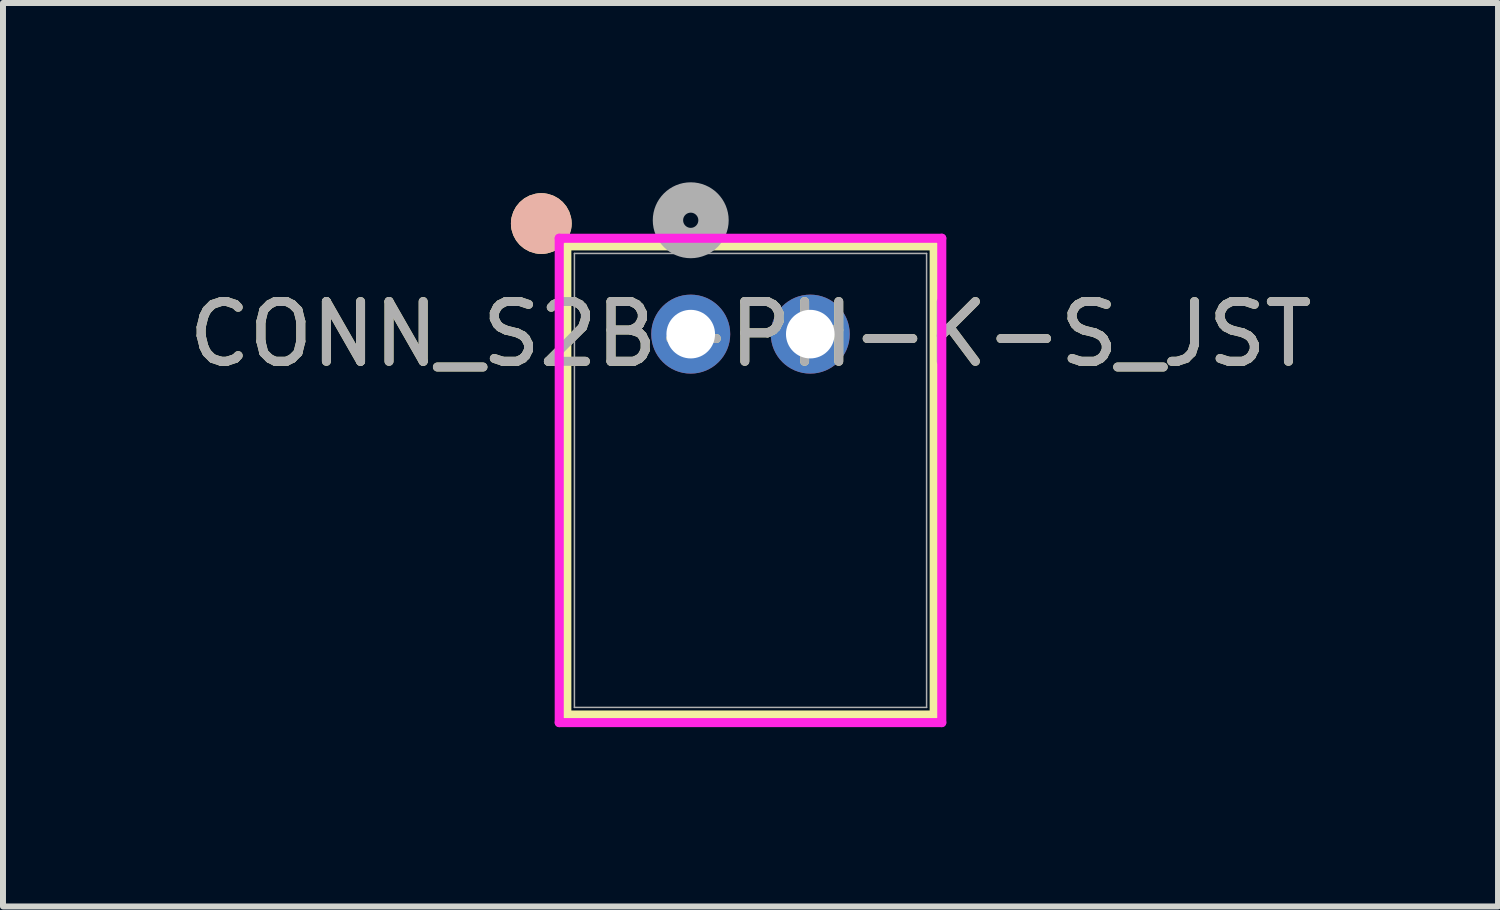
<source format=kicad_pcb>
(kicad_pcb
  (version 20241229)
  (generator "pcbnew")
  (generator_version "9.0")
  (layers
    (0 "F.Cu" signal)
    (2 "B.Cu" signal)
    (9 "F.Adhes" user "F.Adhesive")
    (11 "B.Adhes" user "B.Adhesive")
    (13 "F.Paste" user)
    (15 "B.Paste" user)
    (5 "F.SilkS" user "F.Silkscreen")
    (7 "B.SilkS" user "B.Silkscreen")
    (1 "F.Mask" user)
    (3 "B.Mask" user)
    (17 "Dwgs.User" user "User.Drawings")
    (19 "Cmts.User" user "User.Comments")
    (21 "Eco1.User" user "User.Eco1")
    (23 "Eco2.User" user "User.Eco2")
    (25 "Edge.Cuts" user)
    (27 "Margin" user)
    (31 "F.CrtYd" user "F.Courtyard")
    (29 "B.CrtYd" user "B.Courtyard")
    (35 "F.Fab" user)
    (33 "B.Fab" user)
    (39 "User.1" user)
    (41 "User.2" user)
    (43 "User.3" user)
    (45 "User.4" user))
  (footprint "CONN_S2B-PH-K-S_JST"
    (layer "F.Cu")
    (at 8.506 2.54)
    (property "Reference" "CONN_S2B-PH-K-S_JST" (at 1 0 0) (unlocked yes) (layer "F.SilkS") (effects (font (size 1 1) (thickness 0.15))))
    (attr through_hole)
    (fp_line (start -2.073 -1.477) (end -2.073 6.372) (stroke (width 0.152) (type solid)) (layer "F.SilkS"))
    (fp_line (start -2.073 6.372) (end 4.073 6.372) (stroke (width 0.152) (type solid)) (layer "F.SilkS"))
    (fp_line (start 4.073 -1.477) (end -2.073 -1.477) (stroke (width 0.152) (type solid)) (layer "F.SilkS"))
    (fp_line (start 4.073 6.372) (end 4.073 -1.477) (stroke (width 0.152) (type solid)) (layer "F.SilkS"))
    (fp_circle (center -2.5 -1.85) (end -2.5 -1.85) (stroke (width 0.508) (type solid)) (fill no) (layer "F.SilkS"))
    (fp_circle (center -2.5 -1.85) (end -2.5 -1.85) (stroke (width 0.508) (type solid)) (fill no) (layer "B.SilkS"))
    (fp_line (start -2.2 -1.604) (end -2.2 6.499) (stroke (width 0.152) (type solid)) (layer "F.CrtYd"))
    (fp_line (start -2.2 6.499) (end 4.2 6.499) (stroke (width 0.152) (type solid)) (layer "F.CrtYd"))
    (fp_line (start 4.2 -1.604) (end -2.2 -1.604) (stroke (width 0.152) (type solid)) (layer "F.CrtYd"))
    (fp_line (start 4.2 6.499) (end 4.2 -1.604) (stroke (width 0.152) (type solid)) (layer "F.CrtYd"))
    (fp_line (start -1.946 -1.35) (end -1.946 6.245) (stroke (width 0.025) (type solid)) (layer "F.Fab"))
    (fp_line (start -1.946 6.245) (end 3.946 6.245) (stroke (width 0.025) (type solid)) (layer "F.Fab"))
    (fp_line (start 3.946 -1.35) (end -1.946 -1.35) (stroke (width 0.025) (type solid)) (layer "F.Fab"))
    (fp_line (start 3.946 6.245) (end 3.946 -1.35) (stroke (width 0.025) (type solid)) (layer "F.Fab"))
    (fp_circle (center 0 -1.905) (end 0.381 -1.905) (stroke (width 0.508) (type solid)) (fill no) (layer "F.Fab"))
    (fp_text user "${REFERENCE}" (at 1 0 0) (unlocked yes) (layer "F.Fab") (effects (font (size 1 1) (thickness 0.15))))
    (pad "1" thru_hole circle (at 0 0) (size 1.321 1.321) (drill 0.813) (layers "*.Cu" "*.Mask"))
    (pad "2" thru_hole circle (at 2 0) (size 1.321 1.321) (drill 0.813) (layers "*.Cu" "*.Mask")))
  (gr_rect
    (start -3 -3)
    (end 22.012 12.115)
    (stroke (width 0.1) (type default))
    (fill no)
    (layer "Edge.Cuts")))
</source>
